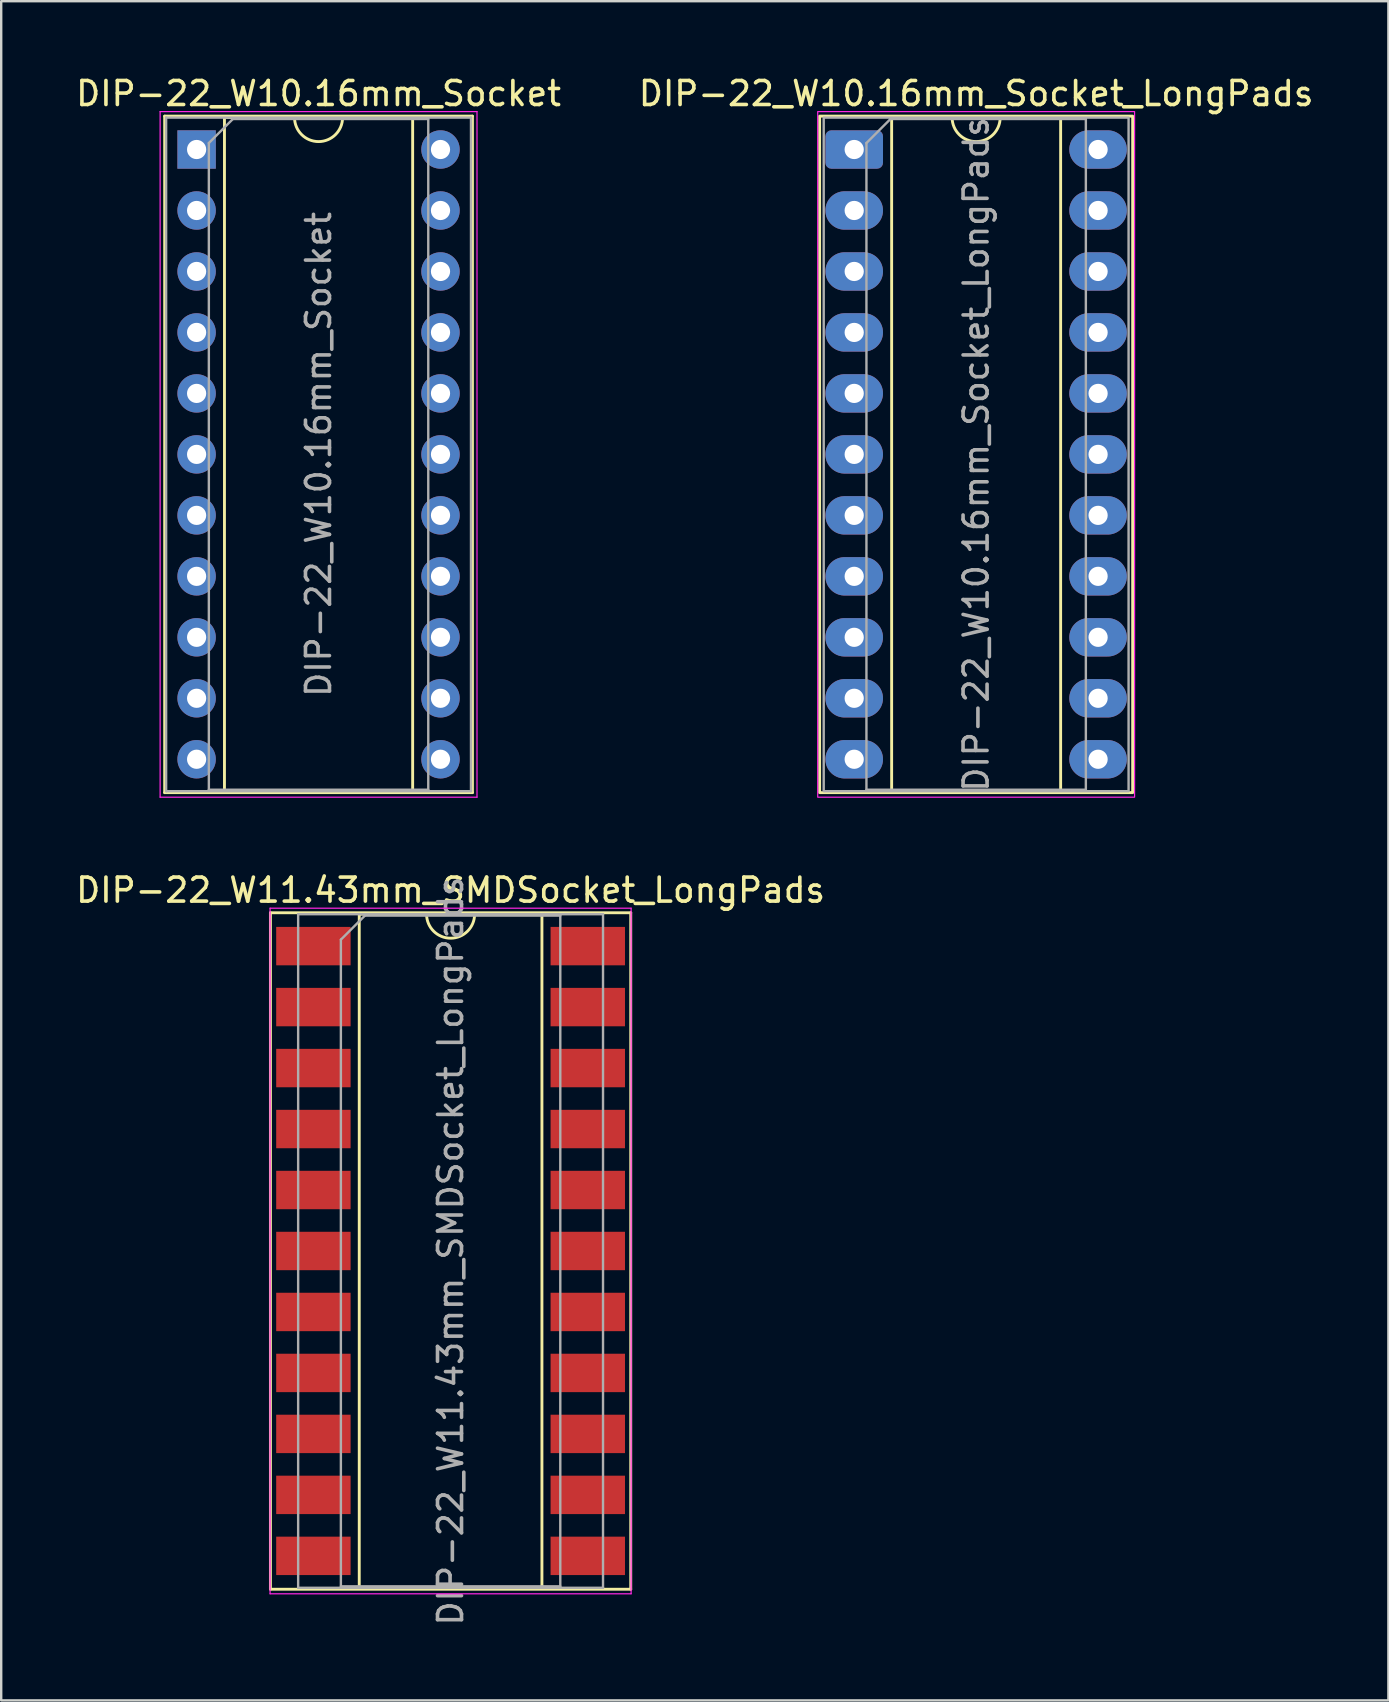
<source format=kicad_pcb>
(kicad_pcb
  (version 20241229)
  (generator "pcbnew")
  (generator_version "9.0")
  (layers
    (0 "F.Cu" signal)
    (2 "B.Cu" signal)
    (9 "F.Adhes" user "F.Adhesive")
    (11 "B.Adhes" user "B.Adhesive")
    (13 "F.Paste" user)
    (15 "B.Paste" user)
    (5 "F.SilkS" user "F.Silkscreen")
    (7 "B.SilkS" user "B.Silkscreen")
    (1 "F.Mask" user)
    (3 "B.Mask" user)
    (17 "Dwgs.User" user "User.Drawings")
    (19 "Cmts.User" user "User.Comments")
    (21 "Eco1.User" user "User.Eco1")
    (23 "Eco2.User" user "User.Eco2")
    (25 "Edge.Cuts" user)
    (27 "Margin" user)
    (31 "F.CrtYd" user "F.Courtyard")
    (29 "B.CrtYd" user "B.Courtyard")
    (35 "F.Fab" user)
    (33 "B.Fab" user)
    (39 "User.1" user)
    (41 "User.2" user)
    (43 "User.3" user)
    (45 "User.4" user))
  (footprint "DIP-22_W11.43mm_SMDSocket_LongPads"
    (layer "F.Cu")
    (at 15.72 49.062)
    (property "Reference" "DIP-22_W11.43mm_SMDSocket_LongPads" (at 0 -15.03 0) (layer "F.SilkS") (effects (font (size 1 1) (thickness 0.15))))
    (attr smd)
    (fp_line (start -7.505 -14.09) (end -7.505 14.09) (stroke (width 0.12) (type solid)) (layer "F.SilkS"))
    (fp_line (start -7.505 14.09) (end 7.505 14.09) (stroke (width 0.12) (type solid)) (layer "F.SilkS"))
    (fp_line (start -3.805 -14.03) (end -3.805 14.03) (stroke (width 0.12) (type solid)) (layer "F.SilkS"))
    (fp_line (start -3.805 14.03) (end 3.805 14.03) (stroke (width 0.12) (type solid)) (layer "F.SilkS"))
    (fp_line (start -1 -14.03) (end -3.805 -14.03) (stroke (width 0.12) (type solid)) (layer "F.SilkS"))
    (fp_line (start 3.805 -14.03) (end 1 -14.03) (stroke (width 0.12) (type solid)) (layer "F.SilkS"))
    (fp_line (start 3.805 14.03) (end 3.805 -14.03) (stroke (width 0.12) (type solid)) (layer "F.SilkS"))
    (fp_line (start 7.505 -14.09) (end -7.505 -14.09) (stroke (width 0.12) (type solid)) (layer "F.SilkS"))
    (fp_line (start 7.505 14.09) (end 7.505 -14.09) (stroke (width 0.12) (type solid)) (layer "F.SilkS"))
    (fp_arc (start 1 -14.03) (mid 0 -13.03) (end -1 -14.03) (stroke (width 0.12) (type solid)) (layer "F.SilkS"))
    (fp_line (start -7.52 -14.28) (end -7.52 14.28) (stroke (width 0.05) (type solid)) (layer "F.CrtYd"))
    (fp_line (start -7.52 14.28) (end 7.52 14.28) (stroke (width 0.05) (type solid)) (layer "F.CrtYd"))
    (fp_line (start 7.52 -14.28) (end -7.52 -14.28) (stroke (width 0.05) (type solid)) (layer "F.CrtYd"))
    (fp_line (start 7.52 14.28) (end 7.52 -14.28) (stroke (width 0.05) (type solid)) (layer "F.CrtYd"))
    (fp_line (start -6.35 -14.03) (end -6.35 14.03) (stroke (width 0.1) (type solid)) (layer "F.Fab"))
    (fp_line (start -6.35 14.03) (end 6.35 14.03) (stroke (width 0.1) (type solid)) (layer "F.Fab"))
    (fp_line (start -4.57 -12.97) (end -3.57 -13.97) (stroke (width 0.1) (type solid)) (layer "F.Fab"))
    (fp_line (start -4.57 13.97) (end -4.57 -12.97) (stroke (width 0.1) (type solid)) (layer "F.Fab"))
    (fp_line (start -3.57 -13.97) (end 4.57 -13.97) (stroke (width 0.1) (type solid)) (layer "F.Fab"))
    (fp_line (start 4.57 -13.97) (end 4.57 13.97) (stroke (width 0.1) (type solid)) (layer "F.Fab"))
    (fp_line (start 4.57 13.97) (end -4.57 13.97) (stroke (width 0.1) (type solid)) (layer "F.Fab"))
    (fp_line (start 6.35 -14.03) (end -6.35 -14.03) (stroke (width 0.1) (type solid)) (layer "F.Fab"))
    (fp_line (start 6.35 14.03) (end 6.35 -14.03) (stroke (width 0.1) (type solid)) (layer "F.Fab"))
    (fp_text user "${REFERENCE}" (at 0 0 90) (layer "F.Fab") (effects (font (size 1 1) (thickness 0.15))))
    (pad "1" smd rect (at -5.715 -12.7) (size 3.1 1.6) (layers "F.Cu" "F.Mask" "F.Paste"))
    (pad "2" smd rect (at -5.715 -10.16) (size 3.1 1.6) (layers "F.Cu" "F.Mask" "F.Paste"))
    (pad "3" smd rect (at -5.715 -7.62) (size 3.1 1.6) (layers "F.Cu" "F.Mask" "F.Paste"))
    (pad "4" smd rect (at -5.715 -5.08) (size 3.1 1.6) (layers "F.Cu" "F.Mask" "F.Paste"))
    (pad "5" smd rect (at -5.715 -2.54) (size 3.1 1.6) (layers "F.Cu" "F.Mask" "F.Paste"))
    (pad "6" smd rect (at -5.715 0) (size 3.1 1.6) (layers "F.Cu" "F.Mask" "F.Paste"))
    (pad "7" smd rect (at -5.715 2.54) (size 3.1 1.6) (layers "F.Cu" "F.Mask" "F.Paste"))
    (pad "8" smd rect (at -5.715 5.08) (size 3.1 1.6) (layers "F.Cu" "F.Mask" "F.Paste"))
    (pad "9" smd rect (at -5.715 7.62) (size 3.1 1.6) (layers "F.Cu" "F.Mask" "F.Paste"))
    (pad "10" smd rect (at -5.715 10.16) (size 3.1 1.6) (layers "F.Cu" "F.Mask" "F.Paste"))
    (pad "11" smd rect (at -5.715 12.7) (size 3.1 1.6) (layers "F.Cu" "F.Mask" "F.Paste"))
    (pad "12" smd rect (at 5.715 12.7) (size 3.1 1.6) (layers "F.Cu" "F.Mask" "F.Paste"))
    (pad "13" smd rect (at 5.715 10.16) (size 3.1 1.6) (layers "F.Cu" "F.Mask" "F.Paste"))
    (pad "14" smd rect (at 5.715 7.62) (size 3.1 1.6) (layers "F.Cu" "F.Mask" "F.Paste"))
    (pad "15" smd rect (at 5.715 5.08) (size 3.1 1.6) (layers "F.Cu" "F.Mask" "F.Paste"))
    (pad "16" smd rect (at 5.715 2.54) (size 3.1 1.6) (layers "F.Cu" "F.Mask" "F.Paste"))
    (pad "17" smd rect (at 5.715 0) (size 3.1 1.6) (layers "F.Cu" "F.Mask" "F.Paste"))
    (pad "18" smd rect (at 5.715 -2.54) (size 3.1 1.6) (layers "F.Cu" "F.Mask" "F.Paste"))
    (pad "19" smd rect (at 5.715 -5.08) (size 3.1 1.6) (layers "F.Cu" "F.Mask" "F.Paste"))
    (pad "20" smd rect (at 5.715 -7.62) (size 3.1 1.6) (layers "F.Cu" "F.Mask" "F.Paste"))
    (pad "21" smd rect (at 5.715 -10.16) (size 3.1 1.6) (layers "F.Cu" "F.Mask" "F.Paste"))
    (pad "22" smd rect (at 5.715 -12.7) (size 3.1 1.6) (layers "F.Cu" "F.Mask" "F.Paste")))
  (footprint "DIP-22_W10.16mm_Socket_LongPads"
    (layer "F.Cu")
    (at 32.533 3.178)
    (property "Reference" "DIP-22_W10.16mm_Socket_LongPads" (at 5.08 -2.33 0) (layer "F.SilkS") (effects (font (size 1 1) (thickness 0.15))))
    (attr through_hole)
    (fp_line (start 1.56 -1.33) (end 1.56 26.73) (stroke (width 0.12) (type solid)) (layer "F.SilkS"))
    (fp_line (start 1.56 26.73) (end 8.6 26.73) (stroke (width 0.12) (type solid)) (layer "F.SilkS"))
    (fp_line (start 4.08 -1.33) (end 1.56 -1.33) (stroke (width 0.12) (type solid)) (layer "F.SilkS"))
    (fp_line (start 8.6 -1.33) (end 6.08 -1.33) (stroke (width 0.12) (type solid)) (layer "F.SilkS"))
    (fp_line (start 8.6 26.73) (end 8.6 -1.33) (stroke (width 0.12) (type solid)) (layer "F.SilkS"))
    (fp_rect (start -1.44 -1.39) (end 11.6 26.79) (stroke (width 0.12) (type solid)) (fill no) (layer "F.SilkS"))
    (fp_arc (start 6.08 -1.33) (mid 5.08 -0.33) (end 4.08 -1.33) (stroke (width 0.12) (type solid)) (layer "F.SilkS"))
    (fp_rect (start -1.52 -1.58) (end 11.68 26.98) (stroke (width 0.05) (type solid)) (fill no) (layer "F.CrtYd"))
    (fp_line (start 0.51 -0.27) (end 1.51 -1.27) (stroke (width 0.1) (type solid)) (layer "F.Fab"))
    (fp_line (start 0.51 26.67) (end 0.51 -0.27) (stroke (width 0.1) (type solid)) (layer "F.Fab"))
    (fp_line (start 1.51 -1.27) (end 9.65 -1.27) (stroke (width 0.1) (type solid)) (layer "F.Fab"))
    (fp_line (start 9.65 -1.27) (end 9.65 26.67) (stroke (width 0.1) (type solid)) (layer "F.Fab"))
    (fp_line (start 9.65 26.67) (end 0.51 26.67) (stroke (width 0.1) (type solid)) (layer "F.Fab"))
    (fp_rect (start -1.27 -1.33) (end 11.43 26.73) (stroke (width 0.1) (type solid)) (fill no) (layer "F.Fab"))
    (fp_text user "${REFERENCE}" (at 5.08 12.7 90) (layer "F.Fab") (effects (font (size 1 1) (thickness 0.15))))
    (pad "1" thru_hole roundrect (at 0 0) (size 2.4 1.6) (drill 0.8) (layers "*.Cu" "*.Mask") (roundrect_rratio 0.156))
    (pad "2" thru_hole oval (at 0 2.54) (size 2.4 1.6) (drill 0.8) (layers "*.Cu" "*.Mask"))
    (pad "3" thru_hole oval (at 0 5.08) (size 2.4 1.6) (drill 0.8) (layers "*.Cu" "*.Mask"))
    (pad "4" thru_hole oval (at 0 7.62) (size 2.4 1.6) (drill 0.8) (layers "*.Cu" "*.Mask"))
    (pad "5" thru_hole oval (at 0 10.16) (size 2.4 1.6) (drill 0.8) (layers "*.Cu" "*.Mask"))
    (pad "6" thru_hole oval (at 0 12.7) (size 2.4 1.6) (drill 0.8) (layers "*.Cu" "*.Mask"))
    (pad "7" thru_hole oval (at 0 15.24) (size 2.4 1.6) (drill 0.8) (layers "*.Cu" "*.Mask"))
    (pad "8" thru_hole oval (at 0 17.78) (size 2.4 1.6) (drill 0.8) (layers "*.Cu" "*.Mask"))
    (pad "9" thru_hole oval (at 0 20.32) (size 2.4 1.6) (drill 0.8) (layers "*.Cu" "*.Mask"))
    (pad "10" thru_hole oval (at 0 22.86) (size 2.4 1.6) (drill 0.8) (layers "*.Cu" "*.Mask"))
    (pad "11" thru_hole oval (at 0 25.4) (size 2.4 1.6) (drill 0.8) (layers "*.Cu" "*.Mask"))
    (pad "12" thru_hole oval (at 10.16 25.4) (size 2.4 1.6) (drill 0.8) (layers "*.Cu" "*.Mask"))
    (pad "13" thru_hole oval (at 10.16 22.86) (size 2.4 1.6) (drill 0.8) (layers "*.Cu" "*.Mask"))
    (pad "14" thru_hole oval (at 10.16 20.32) (size 2.4 1.6) (drill 0.8) (layers "*.Cu" "*.Mask"))
    (pad "15" thru_hole oval (at 10.16 17.78) (size 2.4 1.6) (drill 0.8) (layers "*.Cu" "*.Mask"))
    (pad "16" thru_hole oval (at 10.16 15.24) (size 2.4 1.6) (drill 0.8) (layers "*.Cu" "*.Mask"))
    (pad "17" thru_hole oval (at 10.16 12.7) (size 2.4 1.6) (drill 0.8) (layers "*.Cu" "*.Mask"))
    (pad "18" thru_hole oval (at 10.16 10.16) (size 2.4 1.6) (drill 0.8) (layers "*.Cu" "*.Mask"))
    (pad "19" thru_hole oval (at 10.16 7.62) (size 2.4 1.6) (drill 0.8) (layers "*.Cu" "*.Mask"))
    (pad "20" thru_hole oval (at 10.16 5.08) (size 2.4 1.6) (drill 0.8) (layers "*.Cu" "*.Mask"))
    (pad "21" thru_hole oval (at 10.16 2.54) (size 2.4 1.6) (drill 0.8) (layers "*.Cu" "*.Mask"))
    (pad "22" thru_hole oval (at 10.16 0) (size 2.4 1.6) (drill 0.8) (layers "*.Cu" "*.Mask")))
  (footprint "DIP-22_W10.16mm_Socket"
    (layer "F.Cu")
    (at 5.14 3.178)
    (property "Reference" "DIP-22_W10.16mm_Socket" (at 5.08 -2.33 0) (layer "F.SilkS") (effects (font (size 1 1) (thickness 0.15))))
    (attr through_hole)
    (fp_line (start -1.33 -1.39) (end -1.33 26.79) (stroke (width 0.12) (type solid)) (layer "F.SilkS"))
    (fp_line (start -1.33 26.79) (end 11.49 26.79) (stroke (width 0.12) (type solid)) (layer "F.SilkS"))
    (fp_line (start 1.16 -1.33) (end 1.16 26.73) (stroke (width 0.12) (type solid)) (layer "F.SilkS"))
    (fp_line (start 1.16 26.73) (end 9 26.73) (stroke (width 0.12) (type solid)) (layer "F.SilkS"))
    (fp_line (start 4.08 -1.33) (end 1.16 -1.33) (stroke (width 0.12) (type solid)) (layer "F.SilkS"))
    (fp_line (start 9 -1.33) (end 6.08 -1.33) (stroke (width 0.12) (type solid)) (layer "F.SilkS"))
    (fp_line (start 9 26.73) (end 9 -1.33) (stroke (width 0.12) (type solid)) (layer "F.SilkS"))
    (fp_line (start 11.49 -1.39) (end -1.33 -1.39) (stroke (width 0.12) (type solid)) (layer "F.SilkS"))
    (fp_line (start 11.49 26.79) (end 11.49 -1.39) (stroke (width 0.12) (type solid)) (layer "F.SilkS"))
    (fp_arc (start 6.08 -1.33) (mid 5.08 -0.33) (end 4.08 -1.33) (stroke (width 0.12) (type solid)) (layer "F.SilkS"))
    (fp_line (start -1.52 -1.58) (end -1.52 26.98) (stroke (width 0.05) (type solid)) (layer "F.CrtYd"))
    (fp_line (start -1.52 26.98) (end 11.68 26.98) (stroke (width 0.05) (type solid)) (layer "F.CrtYd"))
    (fp_line (start 11.68 -1.58) (end -1.52 -1.58) (stroke (width 0.05) (type solid)) (layer "F.CrtYd"))
    (fp_line (start 11.68 26.98) (end 11.68 -1.58) (stroke (width 0.05) (type solid)) (layer "F.CrtYd"))
    (fp_line (start -1.27 -1.33) (end -1.27 26.73) (stroke (width 0.1) (type solid)) (layer "F.Fab"))
    (fp_line (start -1.27 26.73) (end 11.43 26.73) (stroke (width 0.1) (type solid)) (layer "F.Fab"))
    (fp_line (start 0.51 -0.27) (end 1.51 -1.27) (stroke (width 0.1) (type solid)) (layer "F.Fab"))
    (fp_line (start 0.51 26.67) (end 0.51 -0.27) (stroke (width 0.1) (type solid)) (layer "F.Fab"))
    (fp_line (start 1.51 -1.27) (end 9.65 -1.27) (stroke (width 0.1) (type solid)) (layer "F.Fab"))
    (fp_line (start 9.65 -1.27) (end 9.65 26.67) (stroke (width 0.1) (type solid)) (layer "F.Fab"))
    (fp_line (start 9.65 26.67) (end 0.51 26.67) (stroke (width 0.1) (type solid)) (layer "F.Fab"))
    (fp_line (start 11.43 -1.33) (end -1.27 -1.33) (stroke (width 0.1) (type solid)) (layer "F.Fab"))
    (fp_line (start 11.43 26.73) (end 11.43 -1.33) (stroke (width 0.1) (type solid)) (layer "F.Fab"))
    (fp_text user "${REFERENCE}" (at 5.08 12.7 90) (layer "F.Fab") (effects (font (size 1 1) (thickness 0.15))))
    (pad "1" thru_hole rect (at 0 0) (size 1.6 1.6) (drill 0.8) (layers "*.Cu" "*.Mask"))
    (pad "2" thru_hole circle (at 0 2.54) (size 1.6 1.6) (drill 0.8) (layers "*.Cu" "*.Mask"))
    (pad "3" thru_hole circle (at 0 5.08) (size 1.6 1.6) (drill 0.8) (layers "*.Cu" "*.Mask"))
    (pad "4" thru_hole circle (at 0 7.62) (size 1.6 1.6) (drill 0.8) (layers "*.Cu" "*.Mask"))
    (pad "5" thru_hole circle (at 0 10.16) (size 1.6 1.6) (drill 0.8) (layers "*.Cu" "*.Mask"))
    (pad "6" thru_hole circle (at 0 12.7) (size 1.6 1.6) (drill 0.8) (layers "*.Cu" "*.Mask"))
    (pad "7" thru_hole circle (at 0 15.24) (size 1.6 1.6) (drill 0.8) (layers "*.Cu" "*.Mask"))
    (pad "8" thru_hole circle (at 0 17.78) (size 1.6 1.6) (drill 0.8) (layers "*.Cu" "*.Mask"))
    (pad "9" thru_hole circle (at 0 20.32) (size 1.6 1.6) (drill 0.8) (layers "*.Cu" "*.Mask"))
    (pad "10" thru_hole circle (at 0 22.86) (size 1.6 1.6) (drill 0.8) (layers "*.Cu" "*.Mask"))
    (pad "11" thru_hole circle (at 0 25.4) (size 1.6 1.6) (drill 0.8) (layers "*.Cu" "*.Mask"))
    (pad "12" thru_hole circle (at 10.16 25.4) (size 1.6 1.6) (drill 0.8) (layers "*.Cu" "*.Mask"))
    (pad "13" thru_hole circle (at 10.16 22.86) (size 1.6 1.6) (drill 0.8) (layers "*.Cu" "*.Mask"))
    (pad "14" thru_hole circle (at 10.16 20.32) (size 1.6 1.6) (drill 0.8) (layers "*.Cu" "*.Mask"))
    (pad "15" thru_hole circle (at 10.16 17.78) (size 1.6 1.6) (drill 0.8) (layers "*.Cu" "*.Mask"))
    (pad "16" thru_hole circle (at 10.16 15.24) (size 1.6 1.6) (drill 0.8) (layers "*.Cu" "*.Mask"))
    (pad "17" thru_hole circle (at 10.16 12.7) (size 1.6 1.6) (drill 0.8) (layers "*.Cu" "*.Mask"))
    (pad "18" thru_hole circle (at 10.16 10.16) (size 1.6 1.6) (drill 0.8) (layers "*.Cu" "*.Mask"))
    (pad "19" thru_hole circle (at 10.16 7.62) (size 1.6 1.6) (drill 0.8) (layers "*.Cu" "*.Mask"))
    (pad "20" thru_hole circle (at 10.16 5.08) (size 1.6 1.6) (drill 0.8) (layers "*.Cu" "*.Mask"))
    (pad "21" thru_hole circle (at 10.16 2.54) (size 1.6 1.6) (drill 0.8) (layers "*.Cu" "*.Mask"))
    (pad "22" thru_hole circle (at 10.16 0) (size 1.6 1.6) (drill 0.8) (layers "*.Cu" "*.Mask")))
  (gr_rect
    (start -3 -3)
    (end 54.786 67.782)
    (stroke (width 0.1) (type default))
    (fill no)
    (layer "Edge.Cuts")))
</source>
